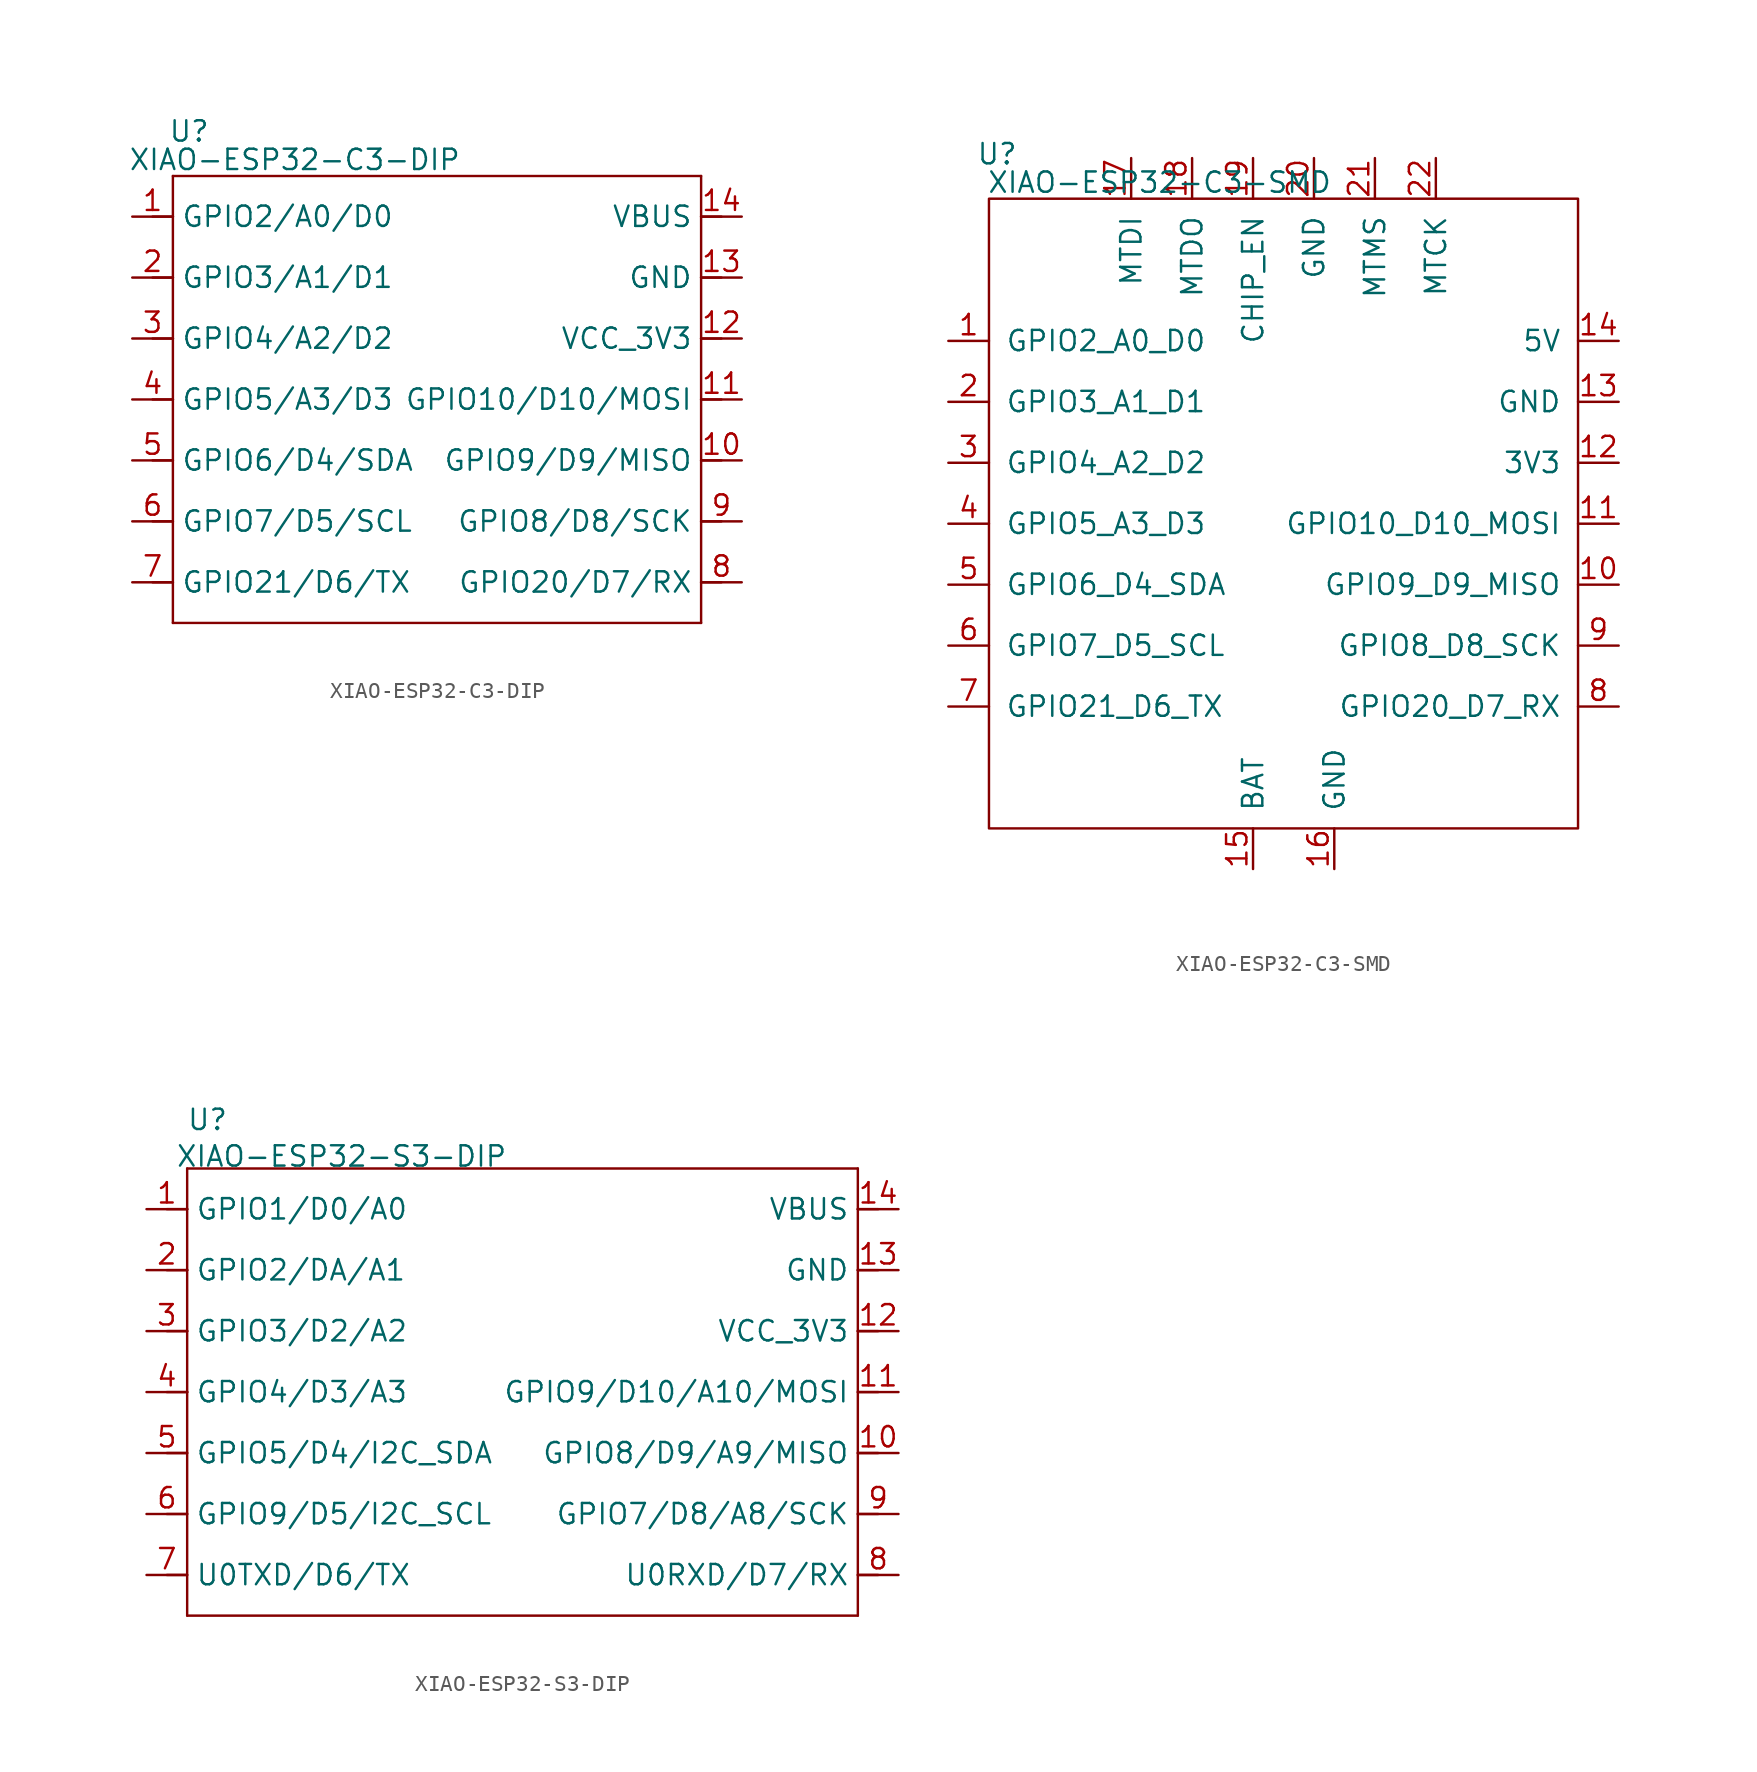
<source format=kicad_sym>
(kicad_symbol_lib
  (version 20231120)
  (generator "kicad_symbol_editor")
  (generator_version "8.0")
  (symbol "XIAO-ESP32-C3-DIP"
    (property "Reference" "U"
      (at 1.016 2.794 0)
      (effects (font (size 1.27 1.27))))
    (property "Value" "XIAO-ESP32-C3-DIP"
      (at 7.62 1.016 0)
      (effects (font (size 1.27 1.27))))
    (symbol "XIAO-ESP32-C3-DIP_1_0"
      (polyline (pts (xy 0 -27.94) (xy 0 -13.97)) (stroke (width 0.152) (type solid)) (fill (type none)))
      (polyline (pts (xy 0 -25.4) (xy -1.27 -25.4)) (stroke (width 0.152) (type solid)) (fill (type none)))
      (polyline (pts (xy 0 -21.59) (xy -1.27 -21.59)) (stroke (width 0.152) (type solid)) (fill (type none)))
      (polyline (pts (xy 0 -17.78) (xy -1.27 -17.78)) (stroke (width 0.152) (type solid)) (fill (type none)))
      (polyline (pts (xy 0 -13.97) (xy -1.27 -13.97)) (stroke (width 0.152) (type solid)) (fill (type none)))
      (polyline (pts (xy 0 -13.97) (xy 0 -10.16)) (stroke (width 0.152) (type solid)) (fill (type none)))
      (polyline (pts (xy 0 -10.16) (xy -1.27 -10.16)) (stroke (width 0.152) (type solid)) (fill (type none)))
      (polyline (pts (xy 0 -10.16) (xy 0 -6.35)) (stroke (width 0.152) (type solid)) (fill (type none)))
      (polyline (pts (xy 0 -6.35) (xy -1.27 -6.35)) (stroke (width 0.152) (type solid)) (fill (type none)))
      (polyline (pts (xy 0 -6.35) (xy 0 -2.54)) (stroke (width 0.152) (type solid)) (fill (type none)))
      (polyline (pts (xy 0 -2.54) (xy -1.27 -2.54)) (stroke (width 0.152) (type solid)) (fill (type none)))
      (polyline (pts (xy 0 -2.54) (xy 0 0)) (stroke (width 0.152) (type solid)) (fill (type none)))
      (polyline (pts (xy 0 0) (xy 33.02 0)) (stroke (width 0.152) (type solid)) (fill (type none)))
      (polyline (pts (xy 33.02 -27.94) (xy 0 -27.94)) (stroke (width 0.152) (type solid)) (fill (type none)))
      (polyline (pts (xy 33.02 -10.16) (xy 33.02 -27.94)) (stroke (width 0.152) (type solid)) (fill (type none)))
      (polyline (pts (xy 33.02 -6.35) (xy 33.02 -10.16)) (stroke (width 0.152) (type solid)) (fill (type none)))
      (polyline (pts (xy 33.02 -2.54) (xy 33.02 -6.35)) (stroke (width 0.152) (type solid)) (fill (type none)))
      (polyline (pts (xy 33.02 0) (xy 33.02 -2.54)) (stroke (width 0.152) (type solid)) (fill (type none)))
      (polyline (pts (xy 34.29 -25.4) (xy 33.02 -25.4)) (stroke (width 0.152) (type solid)) (fill (type none)))
      (polyline (pts (xy 34.29 -21.59) (xy 33.02 -21.59)) (stroke (width 0.152) (type solid)) (fill (type none)))
      (polyline (pts (xy 34.29 -17.78) (xy 33.02 -17.78)) (stroke (width 0.152) (type solid)) (fill (type none)))
      (polyline (pts (xy 34.29 -13.97) (xy 33.02 -13.97)) (stroke (width 0.152) (type solid)) (fill (type none)))
      (polyline (pts (xy 34.29 -10.16) (xy 33.02 -10.16)) (stroke (width 0.152) (type solid)) (fill (type none)))
      (polyline (pts (xy 34.29 -6.35) (xy 33.02 -6.35)) (stroke (width 0.152) (type solid)) (fill (type none)))
      (polyline (pts (xy 34.29 -2.54) (xy 33.02 -2.54)) (stroke (width 0.152) (type solid)) (fill (type none)))
      (pin passive line (at -2.54 -2.54 0) (length 2.54) (name "GPIO2/A0/D0" (effects (font (size 1.27 1.27)))) (number "1" (effects (font (size 1.27 1.27)))))
      (pin passive line (at 35.56 -17.78 180) (length 2.54) (name "GPIO9/D9/MISO" (effects (font (size 1.27 1.27)))) (number "10" (effects (font (size 1.27 1.27)))))
      (pin passive line (at 35.56 -13.97 180) (length 2.54) (name "GPIO10/D10/MOSI" (effects (font (size 1.27 1.27)))) (number "11" (effects (font (size 1.27 1.27)))))
      (pin passive line (at 35.56 -10.16 180) (length 2.54) (name "VCC_3V3" (effects (font (size 1.27 1.27)))) (number "12" (effects (font (size 1.27 1.27)))))
      (pin passive line (at 35.56 -6.35 180) (length 2.54) (name "GND" (effects (font (size 1.27 1.27)))) (number "13" (effects (font (size 1.27 1.27)))))
      (pin passive line (at 35.56 -2.54 180) (length 2.54) (name "VBUS" (effects (font (size 1.27 1.27)))) (number "14" (effects (font (size 1.27 1.27)))))
      (pin passive line (at -2.54 -6.35 0) (length 2.54) (name "GPIO3/A1/D1" (effects (font (size 1.27 1.27)))) (number "2" (effects (font (size 1.27 1.27)))))
      (pin passive line (at -2.54 -10.16 0) (length 2.54) (name "GPIO4/A2/D2" (effects (font (size 1.27 1.27)))) (number "3" (effects (font (size 1.27 1.27)))))
      (pin passive line (at -2.54 -13.97 0) (length 2.54) (name "GPIO5/A3/D3" (effects (font (size 1.27 1.27)))) (number "4" (effects (font (size 1.27 1.27)))))
      (pin passive line (at -2.54 -17.78 0) (length 2.54) (name "GPIO6/D4/SDA" (effects (font (size 1.27 1.27)))) (number "5" (effects (font (size 1.27 1.27)))))
      (pin passive line (at -2.54 -21.59 0) (length 2.54) (name "GPIO7/D5/SCL" (effects (font (size 1.27 1.27)))) (number "6" (effects (font (size 1.27 1.27)))))
      (pin passive line (at -2.54 -25.4 0) (length 2.54) (name "GPIO21/D6/TX" (effects (font (size 1.27 1.27)))) (number "7" (effects (font (size 1.27 1.27)))))
      (pin passive line (at 35.56 -25.4 180) (length 2.54) (name "GPIO20/D7/RX" (effects (font (size 1.27 1.27)))) (number "8" (effects (font (size 1.27 1.27)))))
      (pin passive line (at 35.56 -21.59 180) (length 2.54) (name "GPIO8/D8/SCK" (effects (font (size 1.27 1.27)))) (number "9" (effects (font (size 1.27 1.27)))))))
  (symbol "XIAO-ESP32-C3-SMD"
    (pin_names
      (offset 1.016))
    (property "Reference" "U"
      (at -18.542 23.114 0)
      (effects (font (size 1.27 1.27))))
    (property "Value" "XIAO-ESP32-C3-SMD"
      (at -8.382 21.336 0)
      (effects (font (size 1.27 1.27))))
    (symbol "XIAO-ESP32-C3-SMD_0_1"
      (rectangle (start -19.05 20.32) (end 17.78 -19.05) (stroke (width 0) (type default)) (fill (type none))))
    (symbol "XIAO-ESP32-C3-SMD_1_1"
      (pin passive line (at -21.59 11.43 0) (length 2.54) (name "GPIO2_A0_D0" (effects (font (size 1.27 1.27)))) (number "1" (effects (font (size 1.27 1.27)))))
      (pin passive line (at 20.32 -3.81 180) (length 2.54) (name "GPIO9_D9_MISO" (effects (font (size 1.27 1.27)))) (number "10" (effects (font (size 1.27 1.27)))))
      (pin passive line (at 20.32 0 180) (length 2.54) (name "GPIO10_D10_MOSI" (effects (font (size 1.27 1.27)))) (number "11" (effects (font (size 1.27 1.27)))))
      (pin passive line (at 20.32 3.81 180) (length 2.54) (name "3V3" (effects (font (size 1.27 1.27)))) (number "12" (effects (font (size 1.27 1.27)))))
      (pin passive line (at 20.32 7.62 180) (length 2.54) (name "GND" (effects (font (size 1.27 1.27)))) (number "13" (effects (font (size 1.27 1.27)))))
      (pin passive line (at 20.32 11.43 180) (length 2.54) (name "5V" (effects (font (size 1.27 1.27)))) (number "14" (effects (font (size 1.27 1.27)))))
      (pin passive line (at -2.54 -21.59 90) (length 2.54) (name "BAT" (effects (font (size 1.27 1.27)))) (number "15" (effects (font (size 1.27 1.27)))))
      (pin passive line (at 2.54 -21.59 90) (length 2.54) (name "GND" (effects (font (size 1.27 1.27)))) (number "16" (effects (font (size 1.27 1.27)))))
      (pin passive line (at -10.16 22.86 270) (length 2.54) (name "MTDI" (effects (font (size 1.27 1.27)))) (number "17" (effects (font (size 1.27 1.27)))))
      (pin passive line (at -6.35 22.86 270) (length 2.54) (name "MTDO" (effects (font (size 1.27 1.27)))) (number "18" (effects (font (size 1.27 1.27)))))
      (pin passive line (at -2.54 22.86 270) (length 2.54) (name "CHIP_EN" (effects (font (size 1.27 1.27)))) (number "19" (effects (font (size 1.27 1.27)))))
      (pin passive line (at -21.59 7.62 0) (length 2.54) (name "GPIO3_A1_D1" (effects (font (size 1.27 1.27)))) (number "2" (effects (font (size 1.27 1.27)))))
      (pin passive line (at 1.27 22.86 270) (length 2.54) (name "GND" (effects (font (size 1.27 1.27)))) (number "20" (effects (font (size 1.27 1.27)))))
      (pin passive line (at 5.08 22.86 270) (length 2.54) (name "MTMS" (effects (font (size 1.27 1.27)))) (number "21" (effects (font (size 1.27 1.27)))))
      (pin passive line (at 8.89 22.86 270) (length 2.54) (name "MTCK" (effects (font (size 1.27 1.27)))) (number "22" (effects (font (size 1.27 1.27)))))
      (pin passive line (at -21.59 3.81 0) (length 2.54) (name "GPIO4_A2_D2" (effects (font (size 1.27 1.27)))) (number "3" (effects (font (size 1.27 1.27)))))
      (pin passive line (at -21.59 0 0) (length 2.54) (name "GPIO5_A3_D3" (effects (font (size 1.27 1.27)))) (number "4" (effects (font (size 1.27 1.27)))))
      (pin passive line (at -21.59 -3.81 0) (length 2.54) (name "GPIO6_D4_SDA" (effects (font (size 1.27 1.27)))) (number "5" (effects (font (size 1.27 1.27)))))
      (pin passive line (at -21.59 -7.62 0) (length 2.54) (name "GPIO7_D5_SCL" (effects (font (size 1.27 1.27)))) (number "6" (effects (font (size 1.27 1.27)))))
      (pin passive line (at -21.59 -11.43 0) (length 2.54) (name "GPIO21_D6_TX" (effects (font (size 1.27 1.27)))) (number "7" (effects (font (size 1.27 1.27)))))
      (pin passive line (at 20.32 -11.43 180) (length 2.54) (name "GPIO20_D7_RX" (effects (font (size 1.27 1.27)))) (number "8" (effects (font (size 1.27 1.27)))))
      (pin passive line (at 20.32 -7.62 180) (length 2.54) (name "GPIO8_D8_SCK" (effects (font (size 1.27 1.27)))) (number "9" (effects (font (size 1.27 1.27)))))))
  (symbol "XIAO-ESP32-S3-DIP"
    (property "Reference" "U"
      (at 1.27 0.508 0)
      (effects (font (size 1.27 1.27))))
    (property "Value" "XIAO-ESP32-S3-DIP"
      (at 9.652 -1.778 0)
      (effects (font (size 1.27 1.27))))
    (symbol "XIAO-ESP32-S3-DIP_1_0"
      (polyline (pts (xy 0 -30.48) (xy 0 -16.51)) (stroke (width 0.152) (type solid)) (fill (type none)))
      (polyline (pts (xy 0 -27.94) (xy -1.27 -27.94)) (stroke (width 0.152) (type solid)) (fill (type none)))
      (polyline (pts (xy 0 -24.13) (xy -1.27 -24.13)) (stroke (width 0.152) (type solid)) (fill (type none)))
      (polyline (pts (xy 0 -20.32) (xy -1.27 -20.32)) (stroke (width 0.152) (type solid)) (fill (type none)))
      (polyline (pts (xy 0 -16.51) (xy -1.27 -16.51)) (stroke (width 0.152) (type solid)) (fill (type none)))
      (polyline (pts (xy 0 -16.51) (xy 0 -12.7)) (stroke (width 0.152) (type solid)) (fill (type none)))
      (polyline (pts (xy 0 -12.7) (xy -1.27 -12.7)) (stroke (width 0.152) (type solid)) (fill (type none)))
      (polyline (pts (xy 0 -12.7) (xy 0 -8.89)) (stroke (width 0.152) (type solid)) (fill (type none)))
      (polyline (pts (xy 0 -8.89) (xy -1.27 -8.89)) (stroke (width 0.152) (type solid)) (fill (type none)))
      (polyline (pts (xy 0 -8.89) (xy 0 -5.08)) (stroke (width 0.152) (type solid)) (fill (type none)))
      (polyline (pts (xy 0 -5.08) (xy -1.27 -5.08)) (stroke (width 0.152) (type solid)) (fill (type none)))
      (polyline (pts (xy 0 -5.08) (xy 0 -2.54)) (stroke (width 0.152) (type solid)) (fill (type none)))
      (polyline (pts (xy 0 -2.54) (xy 41.91 -2.54)) (stroke (width 0.152) (type solid)) (fill (type none)))
      (polyline (pts (xy 41.91 -30.48) (xy 0 -30.48)) (stroke (width 0.152) (type solid)) (fill (type none)))
      (polyline (pts (xy 41.91 -12.7) (xy 41.91 -30.48)) (stroke (width 0.152) (type solid)) (fill (type none)))
      (polyline (pts (xy 41.91 -8.89) (xy 41.91 -12.7)) (stroke (width 0.152) (type solid)) (fill (type none)))
      (polyline (pts (xy 41.91 -5.08) (xy 41.91 -8.89)) (stroke (width 0.152) (type solid)) (fill (type none)))
      (polyline (pts (xy 41.91 -2.54) (xy 41.91 -5.08)) (stroke (width 0.152) (type solid)) (fill (type none)))
      (polyline (pts (xy 43.18 -27.94) (xy 41.91 -27.94)) (stroke (width 0.152) (type solid)) (fill (type none)))
      (polyline (pts (xy 43.18 -24.13) (xy 41.91 -24.13)) (stroke (width 0.152) (type solid)) (fill (type none)))
      (polyline (pts (xy 43.18 -20.32) (xy 41.91 -20.32)) (stroke (width 0.152) (type solid)) (fill (type none)))
      (polyline (pts (xy 43.18 -16.51) (xy 41.91 -16.51)) (stroke (width 0.152) (type solid)) (fill (type none)))
      (polyline (pts (xy 43.18 -12.7) (xy 41.91 -12.7)) (stroke (width 0.152) (type solid)) (fill (type none)))
      (polyline (pts (xy 43.18 -8.89) (xy 41.91 -8.89)) (stroke (width 0.152) (type solid)) (fill (type none)))
      (polyline (pts (xy 43.18 -5.08) (xy 41.91 -5.08)) (stroke (width 0.152) (type solid)) (fill (type none)))
      (pin passive line (at -2.54 -5.08 0) (length 2.54) (name "GPIO1/D0/A0" (effects (font (size 1.27 1.27)))) (number "1" (effects (font (size 1.27 1.27)))))
      (pin passive line (at 44.45 -20.32 180) (length 2.54) (name "GPIO8/D9/A9/MISO" (effects (font (size 1.27 1.27)))) (number "10" (effects (font (size 1.27 1.27)))))
      (pin passive line (at 44.45 -16.51 180) (length 2.54) (name "GPIO9/D10/A10/MOSI" (effects (font (size 1.27 1.27)))) (number "11" (effects (font (size 1.27 1.27)))))
      (pin passive line (at 44.45 -12.7 180) (length 2.54) (name "VCC_3V3" (effects (font (size 1.27 1.27)))) (number "12" (effects (font (size 1.27 1.27)))))
      (pin passive line (at 44.45 -8.89 180) (length 2.54) (name "GND" (effects (font (size 1.27 1.27)))) (number "13" (effects (font (size 1.27 1.27)))))
      (pin passive line (at 44.45 -5.08 180) (length 2.54) (name "VBUS" (effects (font (size 1.27 1.27)))) (number "14" (effects (font (size 1.27 1.27)))))
      (pin passive line (at -2.54 -8.89 0) (length 2.54) (name "GPIO2/DA/A1" (effects (font (size 1.27 1.27)))) (number "2" (effects (font (size 1.27 1.27)))))
      (pin passive line (at -2.54 -12.7 0) (length 2.54) (name "GPIO3/D2/A2" (effects (font (size 1.27 1.27)))) (number "3" (effects (font (size 1.27 1.27)))))
      (pin passive line (at -2.54 -16.51 0) (length 2.54) (name "GPIO4/D3/A3" (effects (font (size 1.27 1.27)))) (number "4" (effects (font (size 1.27 1.27)))))
      (pin passive line (at -2.54 -20.32 0) (length 2.54) (name "GPIO5/D4/I2C_SDA" (effects (font (size 1.27 1.27)))) (number "5" (effects (font (size 1.27 1.27)))))
      (pin passive line (at -2.54 -24.13 0) (length 2.54) (name "GPIO9/D5/I2C_SCL" (effects (font (size 1.27 1.27)))) (number "6" (effects (font (size 1.27 1.27)))))
      (pin passive line (at -2.54 -27.94 0) (length 2.54) (name "U0TXD/D6/TX" (effects (font (size 1.27 1.27)))) (number "7" (effects (font (size 1.27 1.27)))))
      (pin passive line (at 44.45 -27.94 180) (length 2.54) (name "U0RXD/D7/RX" (effects (font (size 1.27 1.27)))) (number "8" (effects (font (size 1.27 1.27)))))
      (pin passive line (at 44.45 -24.13 180) (length 2.54) (name "GPIO7/D8/A8/SCK" (effects (font (size 1.27 1.27)))) (number "9" (effects (font (size 1.27 1.27))))))))
</source>
